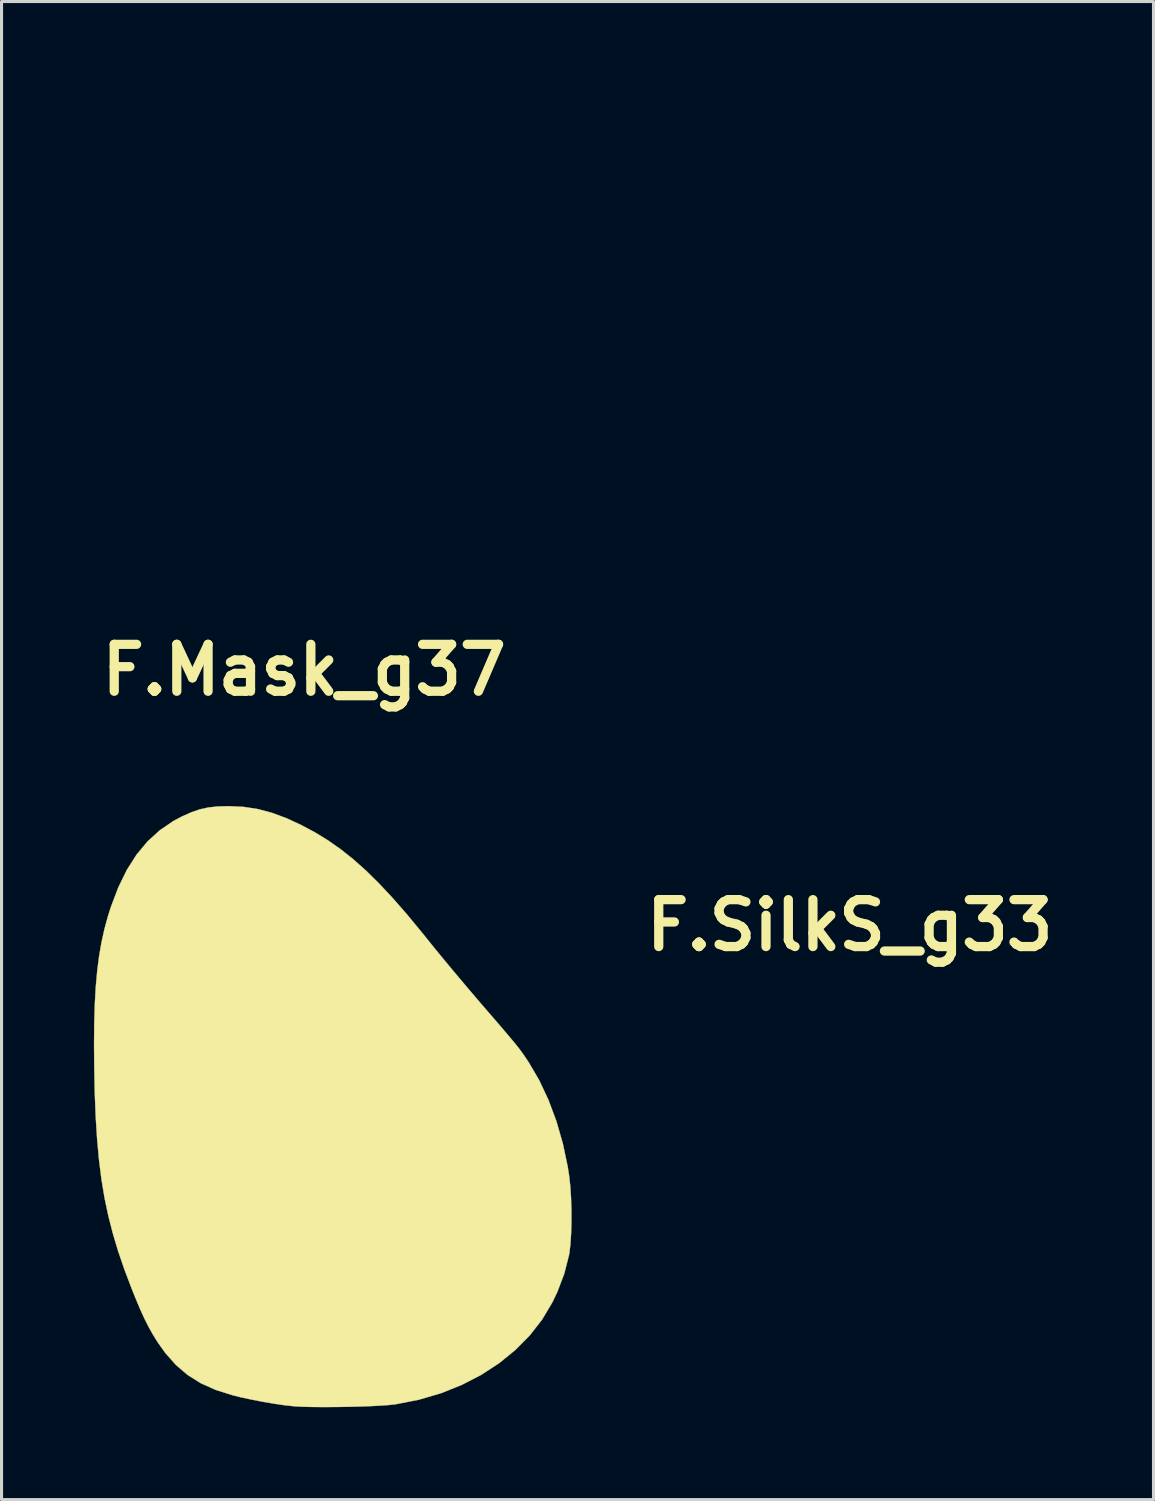
<source format=kicad_pcb>
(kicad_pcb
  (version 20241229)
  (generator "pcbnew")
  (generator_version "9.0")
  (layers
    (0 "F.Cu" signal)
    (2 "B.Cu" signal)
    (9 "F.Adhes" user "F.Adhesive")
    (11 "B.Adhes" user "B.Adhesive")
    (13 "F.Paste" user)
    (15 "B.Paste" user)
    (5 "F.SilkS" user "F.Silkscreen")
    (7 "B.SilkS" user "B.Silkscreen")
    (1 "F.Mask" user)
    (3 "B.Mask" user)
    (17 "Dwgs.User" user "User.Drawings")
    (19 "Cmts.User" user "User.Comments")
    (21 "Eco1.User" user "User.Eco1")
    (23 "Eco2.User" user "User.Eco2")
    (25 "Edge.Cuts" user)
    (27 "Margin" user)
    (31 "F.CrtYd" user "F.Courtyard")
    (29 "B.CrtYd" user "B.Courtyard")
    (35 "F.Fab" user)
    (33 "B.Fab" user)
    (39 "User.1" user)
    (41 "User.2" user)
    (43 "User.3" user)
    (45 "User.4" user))
  (footprint "F.Mask_g37"
    (layer "F.Cu")
    (at 6.829 18.713)
    (property "Reference" "F.Mask_g37" (at 0 0 0) (layer "F.SilkS") (effects (font (size 1.524 1.524) (thickness 0.3))))
    (attr through_hole)
    (fp_poly (pts (xy 20.414 -18.708) (xy 20.6 -18.706) (xy 20.75 -18.7) (xy 20.875 -18.69) (xy 20.984 -18.678) (xy 21.089 -18.661) (xy 21.197 -18.64) (xy 21.243 -18.63) (xy 21.5 -18.57) (xy 21.766 -18.495) (xy 22.019 -18.414) (xy 22.24 -18.332) (xy 22.408 -18.256) (xy 22.466 -18.223) (xy 22.611 -18.081) (xy 22.7 -17.896) (xy 22.736 -17.686) (xy 22.716 -17.474) (xy 22.643 -17.278) (xy 22.515 -17.12) (xy 22.462 -17.081) (xy 22.437 -17.065) (xy 22.4 -17.048) (xy 22.349 -17.026) (xy 22.277 -16.999) (xy 22.179 -16.964) (xy 22.052 -16.92) (xy 21.889 -16.866) (xy 21.686 -16.8) (xy 21.438 -16.72) (xy 21.14 -16.625) (xy 20.788 -16.513) (xy 20.375 -16.383) (xy 19.899 -16.232) (xy 19.352 -16.06) (xy 18.731 -15.865) (xy 18.542 -15.805) (xy 17.398 -15.444) (xy 16.332 -15.106) (xy 15.34 -14.79) (xy 14.417 -14.493) (xy 13.561 -14.214) (xy 12.767 -13.953) (xy 12.032 -13.708) (xy 11.352 -13.476) (xy 10.723 -13.258) (xy 10.142 -13.052) (xy 9.605 -12.856) (xy 9.108 -12.668) (xy 8.647 -12.489) (xy 8.218 -12.315) (xy 7.819 -12.146) (xy 7.445 -11.981) (xy 7.092 -11.817) (xy 6.757 -11.654) (xy 6.435 -11.491) (xy 6.124 -11.325) (xy 5.819 -11.156) (xy 5.673 -11.072) (xy 5.475 -10.956) (xy 5.258 -10.824) (xy 5.03 -10.684) (xy 4.804 -10.541) (xy 4.59 -10.404) (xy 4.4 -10.279) (xy 4.245 -10.174) (xy 4.136 -10.096) (xy 4.083 -10.052) (xy 4.08 -10.045) (xy 4.123 -10.05) (xy 4.235 -10.073) (xy 4.402 -10.109) (xy 4.609 -10.157) (xy 4.788 -10.2) (xy 5.656 -10.397) (xy 6.604 -10.588) (xy 7.626 -10.773) (xy 8.717 -10.951) (xy 9.871 -11.121) (xy 11.085 -11.284) (xy 12.352 -11.437) (xy 13.667 -11.582) (xy 15.025 -11.716) (xy 16.422 -11.84) (xy 17.851 -11.952) (xy 19.308 -12.053) (xy 20.787 -12.142) (xy 22.144 -12.211) (xy 22.582 -12.231) (xy 22.944 -12.243) (xy 23.241 -12.249) (xy 23.482 -12.246) (xy 23.677 -12.236) (xy 23.834 -12.217) (xy 23.964 -12.189) (xy 24.076 -12.151) (xy 24.172 -12.107) (xy 24.335 -11.997) (xy 24.474 -11.853) (xy 24.565 -11.702) (xy 24.58 -11.656) (xy 24.582 -11.483) (xy 24.514 -11.297) (xy 24.383 -11.116) (xy 24.328 -11.06) (xy 24.255 -10.999) (xy 24.171 -10.94) (xy 24.069 -10.881) (xy 23.944 -10.822) (xy 23.789 -10.759) (xy 23.599 -10.691) (xy 23.367 -10.615) (xy 23.088 -10.531) (xy 22.756 -10.435) (xy 22.364 -10.327) (xy 21.908 -10.203) (xy 21.38 -10.063) (xy 20.87 -9.928) (xy 19.981 -9.693) (xy 19.166 -9.473) (xy 18.419 -9.268) (xy 17.731 -9.075) (xy 17.095 -8.891) (xy 16.504 -8.715) (xy 15.95 -8.543) (xy 15.424 -8.375) (xy 14.921 -8.207) (xy 14.542 -8.076) (xy 14.233 -7.967) (xy 13.942 -7.862) (xy 13.657 -7.754) (xy 13.363 -7.64) (xy 13.051 -7.514) (xy 12.705 -7.371) (xy 12.315 -7.206) (xy 11.868 -7.015) (xy 11.567 -6.885) (xy 11.292 -6.768) (xy 11.047 -6.667) (xy 10.82 -6.578) (xy 10.598 -6.498) (xy 10.369 -6.424) (xy 10.122 -6.351) (xy 9.843 -6.275) (xy 9.521 -6.194) (xy 9.145 -6.103) (xy 8.7 -5.998) (xy 8.569 -5.968) (xy 7.745 -5.774) (xy 6.996 -5.594) (xy 6.317 -5.425) (xy 5.7 -5.265) (xy 5.139 -5.112) (xy 4.626 -4.964) (xy 4.154 -4.818) (xy 3.717 -4.672) (xy 3.307 -4.524) (xy 2.918 -4.371) (xy 2.543 -4.211) (xy 2.174 -4.043) (xy 1.805 -3.863) (xy 1.429 -3.669) (xy 1.31 -3.606) (xy 0.982 -3.433) (xy 0.717 -3.299) (xy 0.506 -3.2) (xy 0.337 -3.134) (xy 0.202 -3.098) (xy 0.089 -3.088) (xy -0.011 -3.102) (xy -0.109 -3.136) (xy -0.169 -3.164) (xy -0.295 -3.262) (xy -0.424 -3.423) (xy -0.542 -3.625) (xy -0.636 -3.848) (xy -0.658 -3.916) (xy -0.685 -4.023) (xy -0.725 -4.197) (xy -0.775 -4.42) (xy -0.829 -4.675) (xy -0.886 -4.947) (xy -0.891 -4.974) (xy -0.959 -5.302) (xy -1.041 -5.679) (xy -1.128 -6.072) (xy -1.213 -6.446) (xy -1.273 -6.702) (xy -1.381 -7.162) (xy -1.467 -7.554) (xy -1.534 -7.892) (xy -1.583 -8.189) (xy -1.618 -8.46) (xy -1.639 -8.718) (xy -1.649 -8.977) (xy -1.651 -9.159) (xy -1.648 -9.39) (xy -1.639 -9.604) (xy -1.627 -9.779) (xy -1.611 -9.896) (xy -1.607 -9.913) (xy -1.525 -10.107) (xy -1.375 -10.345) (xy -1.16 -10.623) (xy -0.881 -10.939) (xy -0.786 -11.04) (xy -0.388 -11.47) (xy -0.056 -11.857) (xy 0.214 -12.209) (xy 0.426 -12.532) (xy 0.583 -12.833) (xy 0.69 -13.116) (xy 0.75 -13.39) (xy 0.768 -13.635) (xy 0.755 -13.883) (xy 0.708 -14.09) (xy 0.615 -14.289) (xy 0.489 -14.48) (xy 0.323 -14.734) (xy 0.219 -14.949) (xy 0.173 -15.137) (xy 0.169 -15.204) (xy 0.176 -15.305) (xy 0.204 -15.387) (xy 0.269 -15.473) (xy 0.383 -15.59) (xy 0.392 -15.598) (xy 0.632 -15.791) (xy 0.943 -15.978) (xy 1.309 -16.15) (xy 1.693 -16.292) (xy 1.983 -16.38) (xy 2.347 -16.479) (xy 2.775 -16.587) (xy 3.257 -16.701) (xy 3.785 -16.82) (xy 4.346 -16.942) (xy 4.934 -17.064) (xy 5.536 -17.184) (xy 6.144 -17.301) (xy 6.748 -17.411) (xy 7.339 -17.514) (xy 7.387 -17.522) (xy 7.699 -17.574) (xy 8.064 -17.634) (xy 8.47 -17.699) (xy 8.905 -17.769) (xy 9.358 -17.842) (xy 9.815 -17.914) (xy 10.267 -17.985) (xy 10.699 -18.053) (xy 11.102 -18.115) (xy 11.461 -18.17) (xy 11.767 -18.216) (xy 12.006 -18.252) (xy 12.086 -18.263) (xy 12.87 -18.362) (xy 13.726 -18.448) (xy 14.658 -18.522) (xy 15.666 -18.583) (xy 16.752 -18.633) (xy 17.919 -18.67) (xy 19.124 -18.695) (xy 19.549 -18.701) (xy 19.899 -18.706) (xy 20.184 -18.708) (xy 20.414 -18.708)) (stroke (width 0.01) (type solid)) (fill yes) (layer "F.Mask")))
  (footprint "F.SilkS_g33"
    (layer "F.Cu")
    (at 24.552 27.006)
    (property "Reference" "F.SilkS_g33" (at 0 0 0) (layer "F.SilkS") (effects (font (size 1.524 1.524) (thickness 0.3))))
    (attr through_hole)
    (fp_poly (pts (xy -19.693 -3.848) (xy -19.231 -3.777) (xy -18.767 -3.654) (xy -18.285 -3.474) (xy -17.801 -3.249) (xy -17.365 -3.016) (xy -16.945 -2.758) (xy -16.534 -2.469) (xy -16.125 -2.144) (xy -15.713 -1.777) (xy -15.291 -1.361) (xy -14.851 -0.89) (xy -14.387 -0.36) (xy -13.893 0.238) (xy -13.694 0.487) (xy -13.496 0.732) (xy -13.257 1.024) (xy -12.987 1.35) (xy -12.701 1.692) (xy -12.411 2.036) (xy -12.131 2.365) (xy -12.003 2.514) (xy -11.707 2.858) (xy -11.46 3.144) (xy -11.257 3.381) (xy -11.092 3.575) (xy -10.959 3.733) (xy -10.852 3.863) (xy -10.765 3.972) (xy -10.693 4.066) (xy -10.629 4.154) (xy -10.568 4.241) (xy -10.505 4.336) (xy -10.432 4.446) (xy -10.428 4.452) (xy -10.09 5.028) (xy -9.789 5.668) (xy -9.531 6.358) (xy -9.321 7.085) (xy -9.163 7.834) (xy -9.114 8.149) (xy -9.079 8.472) (xy -9.055 8.838) (xy -9.042 9.227) (xy -9.041 9.619) (xy -9.051 9.995) (xy -9.072 10.335) (xy -9.104 10.618) (xy -9.12 10.71) (xy -9.273 11.312) (xy -9.499 11.908) (xy -9.663 12.25) (xy -9.993 12.804) (xy -10.395 13.32) (xy -10.864 13.794) (xy -11.392 14.223) (xy -11.974 14.602) (xy -12.606 14.928) (xy -13.28 15.198) (xy -13.992 15.407) (xy -14.736 15.553) (xy -14.79 15.561) (xy -14.988 15.582) (xy -15.255 15.601) (xy -15.576 15.617) (xy -15.934 15.63) (xy -16.314 15.639) (xy -16.699 15.645) (xy -17.075 15.647) (xy -17.425 15.645) (xy -17.735 15.638) (xy -17.987 15.626) (xy -18.055 15.621) (xy -18.345 15.589) (xy -18.69 15.539) (xy -19.066 15.475) (xy -19.446 15.401) (xy -19.805 15.323) (xy -20.057 15.26) (xy -20.603 15.087) (xy -21.083 14.871) (xy -21.508 14.604) (xy -21.888 14.279) (xy -22.234 13.888) (xy -22.477 13.547) (xy -22.629 13.303) (xy -22.772 13.049) (xy -22.913 12.769) (xy -23.059 12.448) (xy -23.216 12.072) (xy -23.337 11.769) (xy -23.566 11.164) (xy -23.765 10.582) (xy -23.936 10.011) (xy -24.082 9.441) (xy -24.205 8.861) (xy -24.305 8.261) (xy -24.385 7.629) (xy -24.447 6.955) (xy -24.493 6.229) (xy -24.524 5.439) (xy -24.54 4.655) (xy -24.547 3.887) (xy -24.541 3.193) (xy -24.523 2.566) (xy -24.491 1.996) (xy -24.444 1.475) (xy -24.382 0.994) (xy -24.304 0.544) (xy -24.209 0.116) (xy -24.095 -0.299) (xy -24.002 -0.593) (xy -23.758 -1.235) (xy -23.481 -1.802) (xy -23.166 -2.297) (xy -22.811 -2.724) (xy -22.414 -3.086) (xy -21.973 -3.387) (xy -21.696 -3.534) (xy -21.387 -3.672) (xy -21.108 -3.768) (xy -20.831 -3.829) (xy -20.527 -3.861) (xy -20.172 -3.87) (xy -19.693 -3.848)) (stroke (width 0.01) (type solid)) (fill yes) (layer "F.SilkS")))
  (gr_rect
    (start -3 -3)
    (end 34.417 45.659)
    (stroke (width 0.1) (type default))
    (fill no)
    (layer "Edge.Cuts")))
</source>
